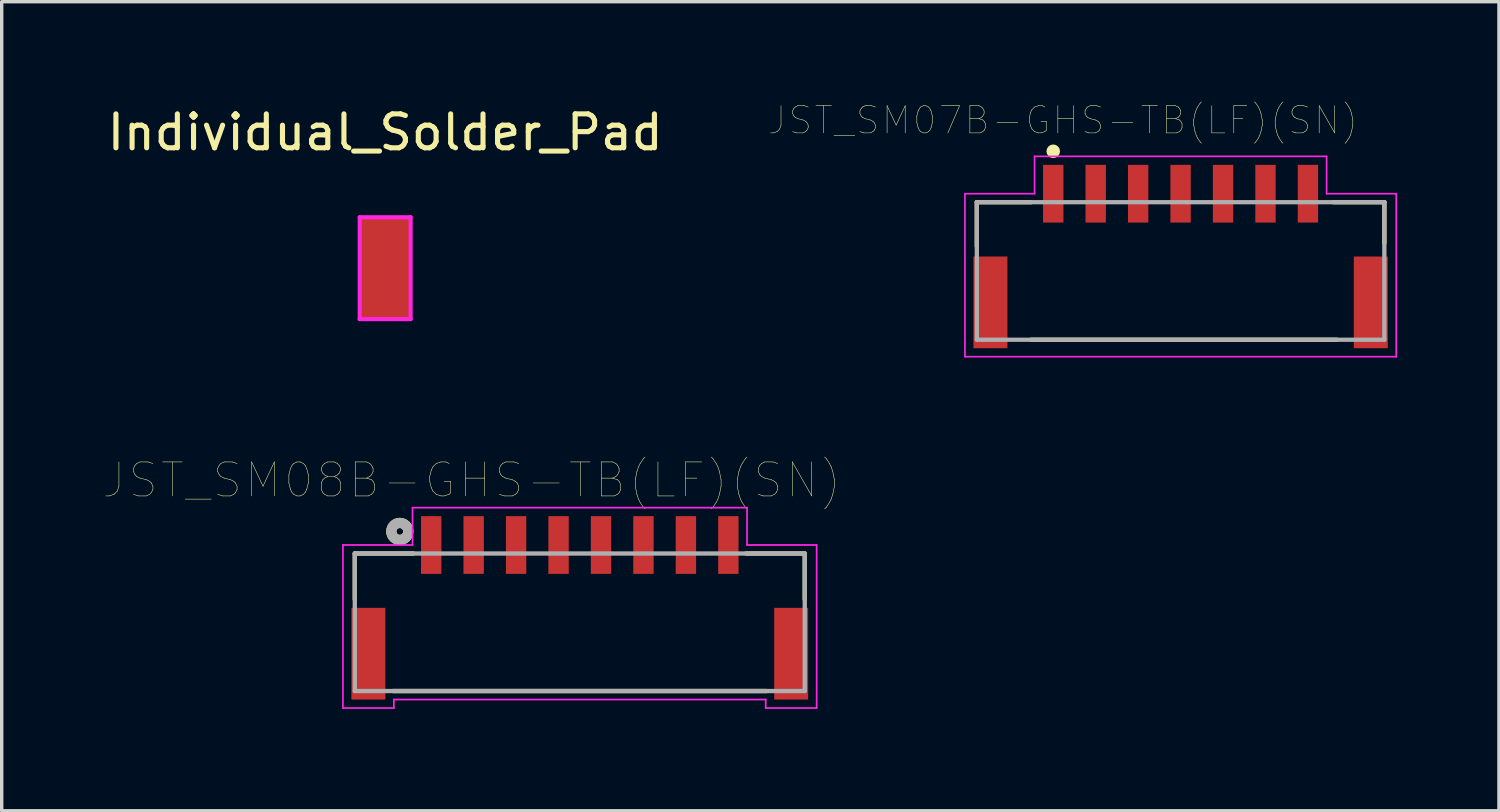
<source format=kicad_pcb>
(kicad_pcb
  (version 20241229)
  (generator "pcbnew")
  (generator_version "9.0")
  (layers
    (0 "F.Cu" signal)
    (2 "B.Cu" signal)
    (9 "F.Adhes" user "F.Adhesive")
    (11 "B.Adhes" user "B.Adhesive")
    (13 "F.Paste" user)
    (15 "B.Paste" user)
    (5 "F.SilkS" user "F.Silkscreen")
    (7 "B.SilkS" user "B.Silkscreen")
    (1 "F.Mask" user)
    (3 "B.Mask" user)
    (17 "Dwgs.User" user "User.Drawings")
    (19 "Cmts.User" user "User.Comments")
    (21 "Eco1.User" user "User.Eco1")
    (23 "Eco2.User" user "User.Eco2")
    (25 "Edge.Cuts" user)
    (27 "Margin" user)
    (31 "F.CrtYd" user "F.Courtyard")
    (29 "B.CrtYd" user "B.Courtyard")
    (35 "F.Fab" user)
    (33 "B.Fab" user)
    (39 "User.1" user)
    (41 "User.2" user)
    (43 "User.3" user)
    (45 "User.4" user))
  (footprint "JST_SM07B-GHS-TB(LF)(SN)"
    (layer "F.Cu")
    (at 31.715 4.504)
    (property "Reference" "JST_SM07B-GHS-TB(LF)(SN)" (at -3.462 -4.01 0) (layer "F.SilkS") (effects (font (size 0.8 0.8) (thickness 0.015))))
    (attr through_hole)
    (fp_line (start -6 -1.6) (end -4.4 -1.6) (stroke (width 0.127) (type solid)) (layer "F.SilkS"))
    (fp_line (start -6 -0.3) (end -6 -1.6) (stroke (width 0.127) (type solid)) (layer "F.SilkS"))
    (fp_line (start -4.4 2.45) (end 4.6 2.45) (stroke (width 0.127) (type solid)) (layer "F.SilkS"))
    (fp_line (start 4.5 -1.6) (end 6 -1.6) (stroke (width 0.127) (type solid)) (layer "F.SilkS"))
    (fp_line (start 6 -1.6) (end 6 -0.4) (stroke (width 0.127) (type solid)) (layer "F.SilkS"))
    (fp_circle (center -3.75 -3.1) (end -3.65 -3.1) (stroke (width 0.2) (type solid)) (fill no) (layer "F.SilkS"))
    (fp_line (start -6.35 -1.85) (end -4.3 -1.85) (stroke (width 0.05) (type solid)) (layer "F.CrtYd"))
    (fp_line (start -6.35 2.95) (end -6.35 -1.85) (stroke (width 0.05) (type solid)) (layer "F.CrtYd"))
    (fp_line (start -4.3 -2.95) (end 4.3 -2.95) (stroke (width 0.05) (type solid)) (layer "F.CrtYd"))
    (fp_line (start -4.3 -1.85) (end -4.3 -2.95) (stroke (width 0.05) (type solid)) (layer "F.CrtYd"))
    (fp_line (start 4.3 -2.95) (end 4.3 -1.85) (stroke (width 0.05) (type solid)) (layer "F.CrtYd"))
    (fp_line (start 4.3 -1.85) (end 6.35 -1.85) (stroke (width 0.05) (type solid)) (layer "F.CrtYd"))
    (fp_line (start 6.35 -1.85) (end 6.35 2.95) (stroke (width 0.05) (type solid)) (layer "F.CrtYd"))
    (fp_line (start 6.35 2.95) (end -6.35 2.95) (stroke (width 0.05) (type solid)) (layer "F.CrtYd"))
    (fp_line (start -6 -1.6) (end 6 -1.6) (stroke (width 0.127) (type solid)) (layer "F.Fab"))
    (fp_line (start -6 2.45) (end -6 -1.6) (stroke (width 0.127) (type solid)) (layer "F.Fab"))
    (fp_line (start 6 -1.6) (end 6 2.45) (stroke (width 0.127) (type solid)) (layer "F.Fab"))
    (fp_line (start 6 2.45) (end -6 2.45) (stroke (width 0.127) (type solid)) (layer "F.Fab"))
    (pad "1" smd rect (at -3.75 -1.85) (size 0.6 1.7) (layers "F.Cu" "F.Mask" "F.Paste"))
    (pad "2" smd rect (at -2.5 -1.85) (size 0.6 1.7) (layers "F.Cu" "F.Mask" "F.Paste"))
    (pad "3" smd rect (at -1.25 -1.85) (size 0.6 1.7) (layers "F.Cu" "F.Mask" "F.Paste"))
    (pad "4" smd rect (at 0 -1.85) (size 0.6 1.7) (layers "F.Cu" "F.Mask" "F.Paste"))
    (pad "5" smd rect (at 1.25 -1.85) (size 0.6 1.7) (layers "F.Cu" "F.Mask" "F.Paste"))
    (pad "6" smd rect (at 2.5 -1.85) (size 0.6 1.7) (layers "F.Cu" "F.Mask" "F.Paste"))
    (pad "7" smd rect (at 3.75 -1.85) (size 0.6 1.7) (layers "F.Cu" "F.Mask" "F.Paste"))
    (pad "S1" smd rect (at 5.6 1.35) (size 1 2.7) (layers "F.Cu" "F.Mask" "F.Paste"))
    (pad "S2" smd rect (at -5.6 1.35) (size 1 2.7) (layers "F.Cu" "F.Mask" "F.Paste")))
  (footprint "Individual_Solder_Pad"
    (layer "F.Cu")
    (at 8.292 4.848)
    (property "Reference" "Individual_Solder_Pad" (at 0 -4 0) (layer "F.SilkS") (effects (font (size 1 1) (thickness 0.15))))
    (attr through_hole)
    (fp_line (start -0.75 -1.5) (end 0.75 -1.5) (stroke (width 0.12) (type solid)) (layer "F.CrtYd"))
    (fp_line (start -0.75 1.5) (end -0.75 -1.5) (stroke (width 0.12) (type solid)) (layer "F.CrtYd"))
    (fp_line (start 0.75 -1.5) (end 0.75 1.5) (stroke (width 0.12) (type solid)) (layer "F.CrtYd"))
    (fp_line (start 0.75 1.5) (end -0.75 1.5) (stroke (width 0.12) (type solid)) (layer "F.CrtYd"))
    (pad "1" smd rect (at 0 0) (size 1.5 3) (layers "F.Cu" "F.Mask" "F.Paste")))
  (footprint "JST_SM08B-GHS-TB(LF)(SN)"
    (layer "F.Cu")
    (at 14.023 12.999)
    (property "Reference" "JST_SM08B-GHS-TB(LF)(SN)" (at -3.18 -1.908 0) (layer "F.SilkS") (effects (font (size 1.001 1.001) (thickness 0.015))))
    (attr through_hole)
    (fp_line (start -6.625 0.25) (end -6.625 1.6) (stroke (width 0.127) (type solid)) (layer "F.SilkS"))
    (fp_line (start -5.5 4.3) (end 5.5 4.3) (stroke (width 0.127) (type solid)) (layer "F.SilkS"))
    (fp_line (start -4.9 0.25) (end -6.625 0.25) (stroke (width 0.127) (type solid)) (layer "F.SilkS"))
    (fp_line (start 6.625 0.25) (end 4.9 0.25) (stroke (width 0.127) (type solid)) (layer "F.SilkS"))
    (fp_line (start 6.625 0.25) (end 6.625 1.6) (stroke (width 0.127) (type solid)) (layer "F.SilkS"))
    (fp_circle (center -5.3 -0.4) (end -5.2 -0.4) (stroke (width 0.3) (type solid)) (fill no) (layer "F.SilkS"))
    (fp_line (start -6.975 0) (end -4.925 0) (stroke (width 0.05) (type solid)) (layer "F.CrtYd"))
    (fp_line (start -6.975 4.8) (end -6.975 0) (stroke (width 0.05) (type solid)) (layer "F.CrtYd"))
    (fp_line (start -5.475 4.55) (end -5.475 4.8) (stroke (width 0.05) (type solid)) (layer "F.CrtYd"))
    (fp_line (start -5.475 4.8) (end -6.975 4.8) (stroke (width 0.05) (type solid)) (layer "F.CrtYd"))
    (fp_line (start -4.925 -1.1) (end 4.925 -1.1) (stroke (width 0.05) (type solid)) (layer "F.CrtYd"))
    (fp_line (start -4.925 0) (end -4.925 -1.1) (stroke (width 0.05) (type solid)) (layer "F.CrtYd"))
    (fp_line (start 4.925 -1.1) (end 4.925 0) (stroke (width 0.05) (type solid)) (layer "F.CrtYd"))
    (fp_line (start 4.925 0) (end 6.975 0) (stroke (width 0.05) (type solid)) (layer "F.CrtYd"))
    (fp_line (start 5.475 4.55) (end -5.475 4.55) (stroke (width 0.05) (type solid)) (layer "F.CrtYd"))
    (fp_line (start 5.475 4.8) (end 5.475 4.55) (stroke (width 0.05) (type solid)) (layer "F.CrtYd"))
    (fp_line (start 6.975 0) (end 6.975 4.8) (stroke (width 0.05) (type solid)) (layer "F.CrtYd"))
    (fp_line (start 6.975 4.8) (end 5.475 4.8) (stroke (width 0.05) (type solid)) (layer "F.CrtYd"))
    (fp_line (start -6.625 0.25) (end 6.625 0.25) (stroke (width 0.127) (type solid)) (layer "F.Fab"))
    (fp_line (start -6.625 4.3) (end -6.625 0.25) (stroke (width 0.127) (type solid)) (layer "F.Fab"))
    (fp_line (start 6.625 0.25) (end 6.625 4.3) (stroke (width 0.127) (type solid)) (layer "F.Fab"))
    (fp_line (start 6.625 4.3) (end -6.625 4.3) (stroke (width 0.127) (type solid)) (layer "F.Fab"))
    (fp_circle (center -5.3 -0.4) (end -5.2 -0.4) (stroke (width 0.3) (type solid)) (fill no) (layer "F.Fab"))
    (pad "1" smd rect (at -4.375 0) (size 0.6 1.7) (layers "F.Cu" "F.Mask" "F.Paste"))
    (pad "2" smd rect (at -3.125 0) (size 0.6 1.7) (layers "F.Cu" "F.Mask" "F.Paste"))
    (pad "3" smd rect (at -1.875 0) (size 0.6 1.7) (layers "F.Cu" "F.Mask" "F.Paste"))
    (pad "4" smd rect (at -0.625 0) (size 0.6 1.7) (layers "F.Cu" "F.Mask" "F.Paste"))
    (pad "5" smd rect (at 0.625 0) (size 0.6 1.7) (layers "F.Cu" "F.Mask" "F.Paste"))
    (pad "6" smd rect (at 1.875 0) (size 0.6 1.7) (layers "F.Cu" "F.Mask" "F.Paste"))
    (pad "7" smd rect (at 3.125 0) (size 0.6 1.7) (layers "F.Cu" "F.Mask" "F.Paste"))
    (pad "8" smd rect (at 4.375 0) (size 0.6 1.7) (layers "F.Cu" "F.Mask" "F.Paste"))
    (pad "SH1" smd rect (at -6.225 3.2) (size 1 2.7) (layers "F.Cu" "F.Mask" "F.Paste"))
    (pad "SH2" smd rect (at 6.225 3.2) (size 1 2.7) (layers "F.Cu" "F.Mask" "F.Paste")))
  (gr_rect
    (start -3 -3)
    (end 41.09 20.824)
    (stroke (width 0.1) (type default))
    (fill no)
    (layer "Edge.Cuts")))
</source>
